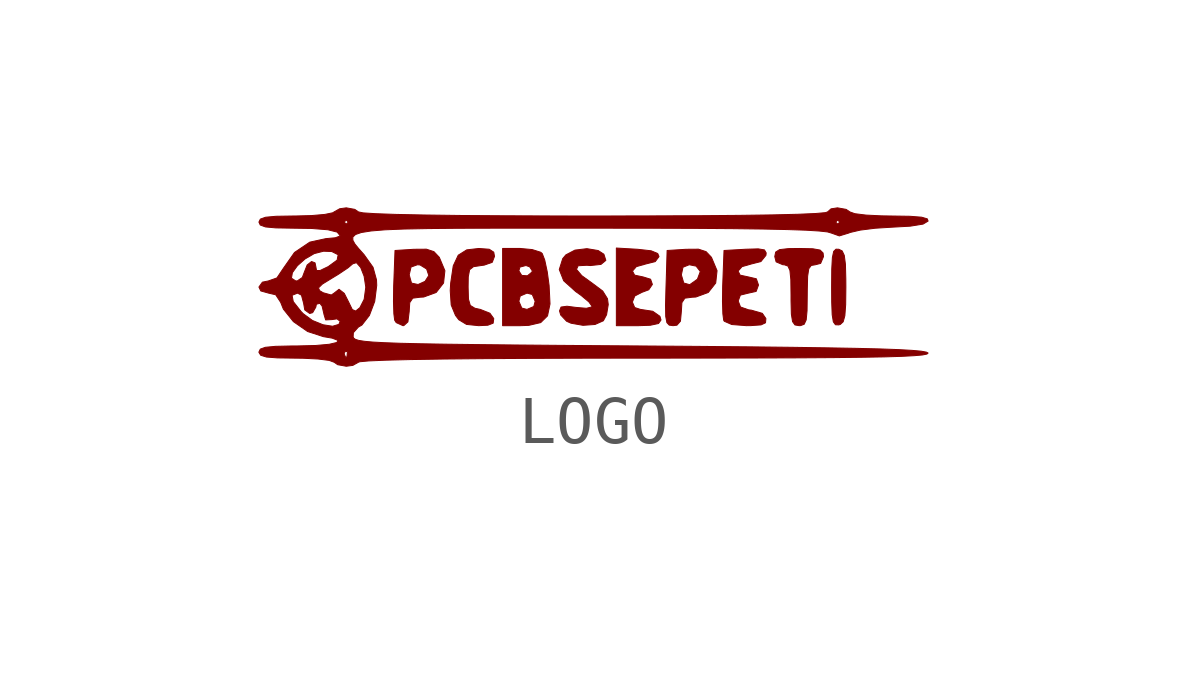
<source format=kicad_sym>
(kicad_symbol_lib
  (version 20211014)
  (generator kicad_symbol_editor)
  (symbol "LOGO"
    (pin_names
      (offset 1.016))
    (property "Reference" "#G"
      (at 0 6.816 0)
      (effects (font (size 1.27 1.27)) hide))
    (symbol "LOGO_0_0"
      (polyline (pts (xy 5.177 -0.821) (xy 5.236 -0.766) (xy 5.271 -0.64) (xy 5.288 -0.409) (xy 5.292 -0.042) (xy 5.291 0.127) (xy 5.283 0.434) (xy 5.259 0.618) (xy 5.215 0.711) (xy 5.144 0.746) (xy 5.086 0.747) (xy 5.038 0.701) (xy 5.011 0.573) (xy 4.998 0.335) (xy 4.995 -0.042) (xy 4.997 -0.357) (xy 5.007 -0.621) (xy 5.031 -0.767) (xy 5.075 -0.828) (xy 5.144 -0.831) (xy 5.177 -0.821)) (stroke (width 0.01) (type default) (color 0 0 0 0)) (fill (type outline)))
      (polyline (pts (xy 1.214 -0.839) (xy 1.387 -0.802) (xy 1.439 -0.729) (xy 1.416 -0.652) (xy 1.266 -0.547) (xy 1.009 -0.508) (xy 0.89 -0.469) (xy 0.842 -0.355) (xy 0.892 -0.229) (xy 1.036 -0.154) (xy 1.183 -0.099) (xy 1.259 0.013) (xy 1.221 0.121) (xy 1.065 0.169) (xy 0.889 0.206) (xy 0.844 0.291) (xy 0.924 0.383) (xy 1.122 0.439) (xy 1.318 0.488) (xy 1.397 0.593) (xy 1.37 0.657) (xy 1.232 0.714) (xy 0.953 0.745) (xy 0.508 0.771) (xy 0.508 -0.847) (xy 0.974 -0.847) (xy 1.214 -0.839)) (stroke (width 0.01) (type default) (color 0 0 0 0)) (fill (type outline)))
      (polyline (pts (xy -2.171 -0.838) (xy -2.06 -0.795) (xy -2.048 -0.699) (xy -2.128 -0.588) (xy -2.329 -0.508) (xy -2.441 -0.484) (xy -2.537 -0.425) (xy -2.575 -0.294) (xy -2.582 -0.042) (xy -2.579 0.17) (xy -2.551 0.319) (xy -2.47 0.383) (xy -2.307 0.407) (xy -2.247 0.415) (xy -2.079 0.474) (xy -2.032 0.598) (xy -2.048 0.685) (xy -2.142 0.746) (xy -2.36 0.762) (xy -2.611 0.733) (xy -2.788 0.622) (xy -2.892 0.4) (xy -2.946 0.038) (xy -2.955 -0.115) (xy -2.935 -0.416) (xy -2.845 -0.634) (xy -2.776 -0.724) (xy -2.616 -0.821) (xy -2.362 -0.847) (xy -2.171 -0.838)) (stroke (width 0.01) (type default) (color 0 0 0 0)) (fill (type outline)))
      (polyline (pts (xy 4.348 -0.846) (xy 4.423 -0.818) (xy 4.465 -0.727) (xy 4.483 -0.536) (xy 4.487 -0.212) (xy 4.488 -0.097) (xy 4.495 0.183) (xy 4.519 0.34) (xy 4.57 0.408) (xy 4.657 0.423) (xy 4.766 0.451) (xy 4.826 0.593) (xy 4.817 0.668) (xy 4.755 0.729) (xy 4.602 0.756) (xy 4.318 0.762) (xy 4.093 0.759) (xy 3.91 0.738) (xy 3.829 0.687) (xy 3.81 0.593) (xy 3.838 0.483) (xy 3.979 0.423) (xy 4.01 0.422) (xy 4.085 0.395) (xy 4.126 0.303) (xy 4.145 0.113) (xy 4.149 -0.212) (xy 4.149 -0.326) (xy 4.156 -0.606) (xy 4.181 -0.763) (xy 4.231 -0.832) (xy 4.318 -0.847) (xy 4.348 -0.846)) (stroke (width 0.01) (type default) (color 0 0 0 0)) (fill (type outline)))
      (polyline (pts (xy 1.771 -0.837) (xy 1.844 -0.754) (xy 1.863 -0.55) (xy 1.874 -0.367) (xy 1.936 -0.274) (xy 2.089 -0.254) (xy 2.165 -0.25) (xy 2.425 -0.154) (xy 2.579 0.042) (xy 2.607 0.299) (xy 2.49 0.578) (xy 2.378 0.696) (xy 2.221 0.747) (xy 1.961 0.745) (xy 1.566 0.72) (xy 1.551 0.212) (xy 1.863 0.212) (xy 1.897 0.371) (xy 2.027 0.423) (xy 2.171 0.394) (xy 2.258 0.282) (xy 2.198 0.123) (xy 2.194 0.119) (xy 2.037 0.007) (xy 1.913 0.042) (xy 1.863 0.212) (xy 1.551 0.212) (xy 1.542 -0.064) (xy 1.533 -0.421) (xy 1.537 -0.655) (xy 1.561 -0.783) (xy 1.61 -0.836) (xy 1.69 -0.847) (xy 1.771 -0.837)) (stroke (width 0.01) (type default) (color 0 0 0 0)) (fill (type outline)))
      (polyline (pts (xy -3.923 -0.846) (xy -3.837 -0.768) (xy -3.81 -0.55) (xy -3.799 -0.367) (xy -3.736 -0.274) (xy -3.584 -0.254) (xy -3.508 -0.25) (xy -3.247 -0.154) (xy -3.094 0.042) (xy -3.066 0.299) (xy -3.183 0.578) (xy -3.295 0.696) (xy -3.451 0.747) (xy -3.712 0.745) (xy -4.106 0.72) (xy -4.125 0.212) (xy -3.81 0.212) (xy -3.772 0.375) (xy -3.638 0.423) (xy -3.583 0.418) (xy -3.447 0.334) (xy -3.402 0.199) (xy -3.48 0.077) (xy -3.625 0.011) (xy -3.762 0.04) (xy -3.81 0.212) (xy -4.125 0.212) (xy -4.131 0.05) (xy -4.134 -0.022) (xy -4.138 -0.345) (xy -4.13 -0.599) (xy -4.113 -0.733) (xy -4.081 -0.783) (xy -3.94 -0.847) (xy -3.923 -0.846)) (stroke (width 0.01) (type default) (color 0 0 0 0)) (fill (type outline)))
      (polyline (pts (xy 3.31 -0.846) (xy 3.524 -0.831) (xy 3.617 -0.787) (xy 3.625 -0.699) (xy 3.55 -0.59) (xy 3.322 -0.524) (xy 3.264 -0.517) (xy 3.096 -0.458) (xy 3.048 -0.333) (xy 3.093 -0.21) (xy 3.26 -0.169) (xy 3.422 -0.133) (xy 3.471 0) (xy 3.426 0.13) (xy 3.26 0.169) (xy 3.088 0.206) (xy 3.046 0.291) (xy 3.127 0.383) (xy 3.322 0.439) (xy 3.521 0.489) (xy 3.626 0.619) (xy 3.631 0.67) (xy 3.595 0.732) (xy 3.465 0.754) (xy 3.203 0.746) (xy 2.752 0.72) (xy 2.727 0.05) (xy 2.724 -0.022) (xy 2.72 -0.345) (xy 2.728 -0.599) (xy 2.745 -0.733) (xy 2.758 -0.755) (xy 2.913 -0.823) (xy 3.221 -0.847) (xy 3.31 -0.846)) (stroke (width 0.01) (type default) (color 0 0 0 0)) (fill (type outline)))
      (polyline (pts (xy -1.319 -0.841) (xy -1.069 -0.783) (xy -0.927 -0.643) (xy -0.875 -0.394) (xy -0.894 -0.01) (xy -0.932 0.273) (xy -0.985 0.521) (xy -1.037 0.656) (xy -1.069 0.683) (xy -1.246 0.739) (xy -1.492 0.762) (xy -1.863 0.762) (xy -1.863 0.296) (xy -1.524 0.296) (xy -1.502 0.374) (xy -1.376 0.407) (xy -1.299 0.379) (xy -1.244 0.295) (xy -1.253 0.269) (xy -1.346 0.192) (xy -1.465 0.201) (xy -1.524 0.296) (xy -1.863 0.296) (xy -1.863 -0.339) (xy -1.524 -0.339) (xy -1.496 -0.229) (xy -1.355 -0.169) (xy -1.245 -0.197) (xy -1.185 -0.339) (xy -1.213 -0.448) (xy -1.355 -0.508) (xy -1.464 -0.48) (xy -1.524 -0.339) (xy -1.863 -0.339) (xy -1.863 -0.847) (xy -1.488 -0.847) (xy -1.319 -0.841)) (stroke (width 0.01) (type default) (color 0 0 0 0)) (fill (type outline)))
      (polyline (pts (xy 0.064 -0.822) (xy 0.237 -0.745) (xy 0.304 -0.619) (xy 0.339 -0.407) (xy 0.323 -0.285) (xy 0.224 -0.126) (xy 0 0.042) (xy -0.212 0.195) (xy -0.323 0.326) (xy -0.288 0.402) (xy -0.106 0.412) (xy -0.034 0.406) (xy 0.187 0.43) (xy 0.289 0.514) (xy 0.248 0.642) (xy 0.129 0.719) (xy -0.105 0.758) (xy -0.355 0.728) (xy -0.544 0.629) (xy -0.61 0.551) (xy -0.682 0.323) (xy -0.59 0.089) (xy -0.339 -0.137) (xy -0.23 -0.214) (xy -0.065 -0.352) (xy 0 -0.442) (xy -0.006 -0.457) (xy -0.117 -0.485) (xy -0.339 -0.466) (xy -0.521 -0.442) (xy -0.645 -0.459) (xy -0.677 -0.539) (xy -0.652 -0.625) (xy -0.529 -0.755) (xy -0.437 -0.796) (xy -0.187 -0.84) (xy 0.064 -0.822)) (stroke (width 0.01) (type default) (color 0 0 0 0)) (fill (type outline)))
      (polyline (pts (xy -4.985 -1.675) (xy -4.868 -1.609) (xy -4.839 -1.599) (xy -4.654 -1.582) (xy -4.305 -1.567) (xy -3.793 -1.554) (xy -3.121 -1.543) (xy -2.291 -1.535) (xy -1.308 -1.529) (xy -0.172 -1.525) (xy 1.113 -1.524) (xy 1.263 -1.524) (xy 2.43 -1.523) (xy 3.438 -1.521) (xy 4.298 -1.518) (xy 5.02 -1.513) (xy 5.612 -1.506) (xy 6.085 -1.498) (xy 6.449 -1.487) (xy 6.713 -1.473) (xy 6.888 -1.458) (xy 6.982 -1.439) (xy 7.006 -1.418) (xy 6.972 -1.399) (xy 6.863 -1.379) (xy 6.672 -1.362) (xy 6.389 -1.346) (xy 6.004 -1.332) (xy 5.506 -1.32) (xy 4.888 -1.309) (xy 4.139 -1.298) (xy 3.249 -1.288) (xy 2.21 -1.279) (xy 1.01 -1.27) (xy 0.291 -1.265) (xy -0.762 -1.257) (xy -1.665 -1.249) (xy -2.429 -1.241) (xy -3.065 -1.233) (xy -3.585 -1.224) (xy -4.002 -1.214) (xy -4.326 -1.202) (xy -4.569 -1.189) (xy -4.743 -1.173) (xy -4.859 -1.155) (xy -4.93 -1.133) (xy -4.966 -1.108) (xy -4.979 -1.079) (xy -4.974 -0.993) (xy -4.871 -0.878) (xy -4.796 -0.834) (xy -4.64 -0.634) (xy -4.529 -0.341) (xy -4.487 -0.007) (xy -4.492 0.108) (xy -4.564 0.37) (xy -4.75 0.632) (xy -4.763 0.647) (xy -4.863 0.759) (xy -4.941 0.854) (xy -4.985 0.934) (xy -4.985 1) (xy -4.929 1.053) (xy -4.807 1.095) (xy -4.605 1.127) (xy -4.314 1.151) (xy -3.922 1.167) (xy -3.417 1.177) (xy -2.788 1.183) (xy -2.023 1.185) (xy -1.113 1.185) (xy -0.044 1.185) (xy 0.174 1.185) (xy 1.252 1.184) (xy 2.172 1.181) (xy 2.943 1.175) (xy 3.576 1.167) (xy 4.079 1.156) (xy 4.463 1.143) (xy 4.736 1.126) (xy 4.909 1.107) (xy 4.991 1.083) (xy 5.156 1.024) (xy 5.35 1.083) (xy 5.382 1.096) (xy 5.593 1.145) (xy 5.903 1.184) (xy 6.258 1.206) (xy 6.633 1.227) (xy 6.901 1.27) (xy 7.006 1.333) (xy 6.99 1.379) (xy 6.872 1.414) (xy 6.628 1.433) (xy 6.235 1.439) (xy 6.035 1.442) (xy 5.712 1.458) (xy 5.479 1.487) (xy 5.376 1.524) (xy 5.297 1.577) (xy 5.117 1.609) (xy 4.983 1.588) (xy 4.911 1.524) (xy 4.868 1.509) (xy 4.665 1.491) (xy 4.296 1.475) (xy 3.764 1.462) (xy 3.071 1.452) (xy 2.219 1.445) (xy 1.21 1.441) (xy 0.047 1.439) (xy -0.832 1.44) (xy -1.87 1.444) (xy -2.76 1.45) (xy -3.499 1.46) (xy -4.083 1.472) (xy -4.508 1.487) (xy -4.771 1.504) (xy -4.868 1.524) (xy -4.945 1.577) (xy -5.122 1.609) (xy -5.259 1.59) (xy -5.376 1.524) (xy -5.404 1.506) (xy -5.569 1.472) (xy -5.843 1.448) (xy -6.186 1.439) (xy -6.234 1.439) (xy -6.587 1.433) (xy -6.804 1.413) (xy -6.913 1.374) (xy -6.943 1.312) (xy -5.165 1.312) (xy -5.122 1.355) (xy -5.08 1.312) (xy 5.08 1.312) (xy 5.122 1.355) (xy 5.165 1.312) (xy 5.122 1.27) (xy 5.08 1.312) (xy -5.08 1.312) (xy -5.122 1.27) (xy -5.165 1.312) (xy -6.943 1.312) (xy -6.915 1.251) (xy -6.806 1.211) (xy -6.588 1.191) (xy -6.23 1.185) (xy -5.842 1.179) (xy -5.504 1.152) (xy -5.311 1.103) (xy -5.25 1.028) (xy -5.252 1.021) (xy -5.351 0.985) (xy -5.548 0.967) (xy -5.882 0.894) (xy -6.201 0.679) (xy -6.429 0.354) (xy -6.567 0.149) (xy -6.582 0.143) (xy -6.265 0.143) (xy -6.245 0.258) (xy -6.141 0.402) (xy -5.981 0.544) (xy -5.79 0.655) (xy -5.596 0.705) (xy -5.424 0.698) (xy -5.291 0.631) (xy -5.313 0.519) (xy -5.498 0.384) (xy -5.668 0.303) (xy -5.742 0.302) (xy -5.757 0.386) (xy -5.773 0.462) (xy -5.846 0.49) (xy -5.937 0.418) (xy -5.996 0.269) (xy -6.038 0.157) (xy -6.144 0.085) (xy -6.176 0.086) (xy -6.265 0.143) (xy -6.582 0.143) (xy -6.746 0.085) (xy -6.87 0.06) (xy -6.943 -0.042) (xy -6.934 -0.06) (xy -5.702 -0.06) (xy -5.62 0.02) (xy -5.408 0.15) (xy -5.277 0.23) (xy -5.085 0.359) (xy -4.988 0.442) (xy -4.91 0.466) (xy -4.822 0.366) (xy -4.75 0.183) (xy -4.716 -0.041) (xy -4.716 -0.051) (xy -4.749 -0.297) (xy -4.839 -0.473) (xy -4.926 -0.542) (xy -4.996 -0.512) (xy -5.078 -0.344) (xy -5.164 -0.174) (xy -5.273 -0.089) (xy -5.377 -0.17) (xy -5.434 -0.208) (xy -5.603 -0.161) (xy -5.676 -0.118) (xy -5.702 -0.06) (xy -6.934 -0.06) (xy -6.904 -0.123) (xy -6.74 -0.169) (xy -6.593 -0.203) (xy -6.586 -0.214) (xy -6.252 -0.214) (xy -6.138 -0.169) (xy -6.056 -0.211) (xy -6.011 -0.381) (xy -5.987 -0.519) (xy -5.884 -0.593) (xy -5.823 -0.576) (xy -5.757 -0.461) (xy -5.745 -0.4) (xy -5.673 -0.381) (xy -5.626 -0.439) (xy -5.588 -0.603) (xy -5.588 -0.607) (xy -5.552 -0.727) (xy -5.419 -0.72) (xy -5.315 -0.705) (xy -5.249 -0.756) (xy -5.276 -0.82) (xy -5.407 -0.859) (xy -5.607 -0.828) (xy -5.827 -0.739) (xy -6.018 -0.599) (xy -6.064 -0.552) (xy -6.227 -0.345) (xy -6.252 -0.214) (xy -6.586 -0.214) (xy -6.489 -0.362) (xy -6.433 -0.502) (xy -6.224 -0.763) (xy -5.928 -0.969) (xy -5.599 -1.076) (xy -5.416 -1.107) (xy -5.294 -1.154) (xy -5.319 -1.198) (xy -5.478 -1.235) (xy -5.757 -1.26) (xy -6.143 -1.27) (xy -6.253 -1.27) (xy -6.597 -1.278) (xy -6.808 -1.298) (xy -6.914 -1.336) (xy -6.943 -1.397) (xy -6.942 -1.405) (xy -6.921 -1.439) (xy -5.165 -1.439) (xy -5.159 -1.395) (xy -5.108 -1.383) (xy -5.098 -1.395) (xy -5.108 -1.496) (xy -5.134 -1.509) (xy -5.165 -1.439) (xy -6.921 -1.439) (xy -6.905 -1.464) (xy -6.786 -1.501) (xy -6.556 -1.519) (xy -6.186 -1.524) (xy -6.027 -1.526) (xy -5.71 -1.542) (xy -5.479 -1.571) (xy -5.376 -1.609) (xy -5.3 -1.661) (xy -5.122 -1.693) (xy -4.985 -1.675)) (stroke (width 0.01) (type default) (color 0 0 0 0)) (fill (type outline))))))
</source>
